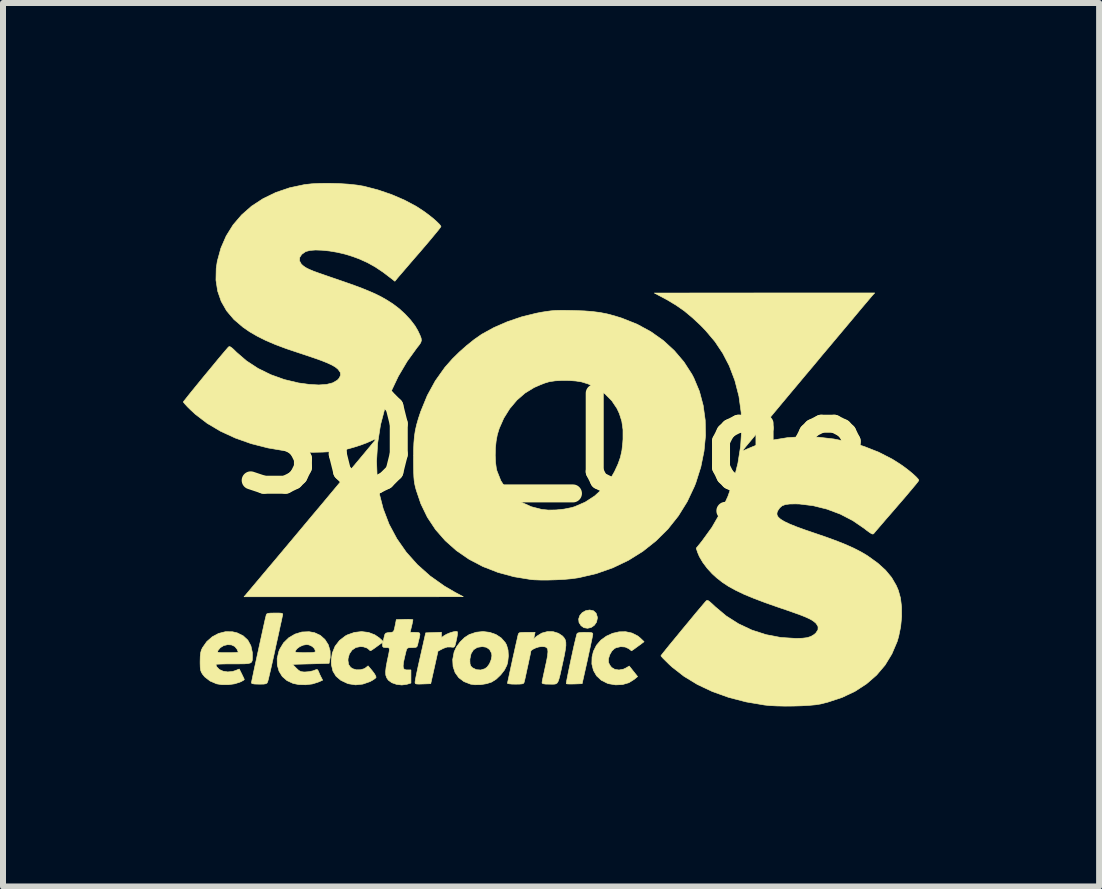
<source format=kicad_pcb>
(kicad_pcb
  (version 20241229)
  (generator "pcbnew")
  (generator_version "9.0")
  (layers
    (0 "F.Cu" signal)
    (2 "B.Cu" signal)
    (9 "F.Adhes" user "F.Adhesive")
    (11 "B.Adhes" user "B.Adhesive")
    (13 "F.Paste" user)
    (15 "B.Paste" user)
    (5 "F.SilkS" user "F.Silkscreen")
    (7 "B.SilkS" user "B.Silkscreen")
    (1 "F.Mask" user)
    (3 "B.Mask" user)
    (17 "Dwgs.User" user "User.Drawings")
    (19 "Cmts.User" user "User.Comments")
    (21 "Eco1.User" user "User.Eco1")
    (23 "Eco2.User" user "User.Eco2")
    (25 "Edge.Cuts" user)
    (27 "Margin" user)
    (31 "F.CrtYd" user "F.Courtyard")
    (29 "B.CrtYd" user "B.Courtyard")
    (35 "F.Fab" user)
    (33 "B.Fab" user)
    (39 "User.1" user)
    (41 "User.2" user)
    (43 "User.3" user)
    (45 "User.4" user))
  (footprint "SOS_logo"
    (layer "F.Cu")
    (at 6.135 4.338)
    (property "Reference" "SOS_logo" (at 0 0 0) (layer "F.SilkS") (effects (font (size 1.524 1.524) (thickness 0.3))))
    (attr through_hole)
    (fp_poly (pts (xy 0.706 2.791) (xy 0.749 2.831) (xy 0.769 2.894) (xy 0.77 2.912) (xy 0.756 2.979) (xy 0.719 3.032) (xy 0.667 3.068) (xy 0.607 3.082) (xy 0.546 3.072) (xy 0.499 3.04) (xy 0.464 2.986) (xy 0.458 2.927) (xy 0.477 2.87) (xy 0.517 2.822) (xy 0.575 2.789) (xy 0.642 2.777) (xy 0.706 2.791)) (stroke (width 0.01) (type solid)) (fill yes) (layer "F.SilkS"))
    (fp_poly (pts (xy 0.632 3.151) (xy 0.671 3.155) (xy 0.689 3.163) (xy 0.694 3.178) (xy 0.694 3.179) (xy 0.69 3.204) (xy 0.68 3.256) (xy 0.664 3.331) (xy 0.644 3.425) (xy 0.621 3.532) (xy 0.605 3.607) (xy 0.516 4.005) (xy 0.388 4.01) (xy 0.326 4.011) (xy 0.278 4.01) (xy 0.253 4.006) (xy 0.252 4.005) (xy 0.253 3.988) (xy 0.261 3.942) (xy 0.274 3.875) (xy 0.291 3.791) (xy 0.311 3.695) (xy 0.332 3.594) (xy 0.354 3.493) (xy 0.375 3.397) (xy 0.395 3.311) (xy 0.412 3.241) (xy 0.424 3.193) (xy 0.429 3.175) (xy 0.443 3.161) (xy 0.476 3.153) (xy 0.534 3.15) (xy 0.567 3.15) (xy 0.632 3.151)) (stroke (width 0.01) (type solid)) (fill yes) (layer "F.SilkS"))
    (fp_poly (pts (xy -1.564 3.138) (xy -1.561 3.159) (xy -1.565 3.203) (xy -1.573 3.247) (xy -1.589 3.32) (xy -1.601 3.366) (xy -1.613 3.39) (xy -1.629 3.398) (xy -1.654 3.397) (xy -1.673 3.394) (xy -1.732 3.394) (xy -1.795 3.416) (xy -1.811 3.424) (xy -1.886 3.463) (xy -1.946 3.734) (xy -2.007 4.005) (xy -2.138 4.01) (xy -2.204 4.012) (xy -2.243 4.01) (xy -2.262 4.004) (xy -2.268 3.99) (xy -2.268 3.976) (xy -2.264 3.949) (xy -2.254 3.894) (xy -2.238 3.816) (xy -2.218 3.721) (xy -2.194 3.614) (xy -2.179 3.548) (xy -2.091 3.158) (xy -1.96 3.153) (xy -1.829 3.148) (xy -1.829 3.237) (xy -1.78 3.202) (xy -1.738 3.179) (xy -1.685 3.157) (xy -1.631 3.141) (xy -1.587 3.134) (xy -1.564 3.138)) (stroke (width 0.01) (type solid)) (fill yes) (layer "F.SilkS"))
    (fp_poly (pts (xy -4.536 2.828) (xy -4.496 2.831) (xy -4.477 2.838) (xy -4.473 2.85) (xy -4.476 2.866) (xy -4.482 2.892) (xy -4.493 2.946) (xy -4.511 3.025) (xy -4.532 3.123) (xy -4.557 3.238) (xy -4.585 3.363) (xy -4.597 3.421) (xy -4.625 3.55) (xy -4.652 3.67) (xy -4.676 3.776) (xy -4.697 3.864) (xy -4.712 3.929) (xy -4.723 3.968) (xy -4.725 3.975) (xy -4.736 3.995) (xy -4.755 4.006) (xy -4.789 4.012) (xy -4.846 4.013) (xy -4.868 4.013) (xy -4.941 4.011) (xy -4.983 4.004) (xy -4.995 3.993) (xy -4.992 3.973) (xy -4.982 3.924) (xy -4.967 3.852) (xy -4.948 3.761) (xy -4.925 3.656) (xy -4.9 3.541) (xy -4.874 3.422) (xy -4.848 3.303) (xy -4.823 3.189) (xy -4.8 3.084) (xy -4.78 2.994) (xy -4.764 2.922) (xy -4.752 2.875) (xy -4.748 2.857) (xy -4.738 2.842) (xy -4.716 2.833) (xy -4.675 2.829) (xy -4.607 2.828) (xy -4.603 2.828) (xy -4.536 2.828)) (stroke (width 0.01) (type solid)) (fill yes) (layer "F.SilkS"))
    (fp_poly (pts (xy 1.348 3.162) (xy 1.444 3.211) (xy 1.484 3.244) (xy 1.548 3.305) (xy 1.507 3.337) (xy 1.465 3.368) (xy 1.415 3.404) (xy 1.402 3.414) (xy 1.339 3.458) (xy 1.294 3.422) (xy 1.233 3.394) (xy 1.159 3.388) (xy 1.085 3.405) (xy 1.056 3.419) (xy 1.011 3.462) (xy 0.976 3.523) (xy 0.955 3.59) (xy 0.955 3.649) (xy 0.955 3.65) (xy 0.976 3.694) (xy 1.007 3.735) (xy 1.061 3.767) (xy 1.13 3.777) (xy 1.202 3.764) (xy 1.247 3.743) (xy 1.301 3.711) (xy 1.37 3.798) (xy 1.44 3.886) (xy 1.384 3.933) (xy 1.295 3.989) (xy 1.188 4.02) (xy 1.073 4.025) (xy 0.955 4.005) (xy 0.935 3.998) (xy 0.834 3.947) (xy 0.756 3.874) (xy 0.704 3.783) (xy 0.678 3.677) (xy 0.681 3.561) (xy 0.704 3.466) (xy 0.755 3.364) (xy 0.829 3.279) (xy 0.92 3.213) (xy 1.023 3.166) (xy 1.132 3.141) (xy 1.242 3.139) (xy 1.348 3.162)) (stroke (width 0.01) (type solid)) (fill yes) (layer "F.SilkS"))
    (fp_poly (pts (xy -1.023 3.15) (xy -0.92 3.186) (xy -0.832 3.244) (xy -0.765 3.321) (xy -0.743 3.361) (xy -0.719 3.445) (xy -0.713 3.544) (xy -0.724 3.645) (xy -0.738 3.697) (xy -0.778 3.777) (xy -0.841 3.858) (xy -0.915 3.929) (xy -0.992 3.978) (xy -0.992 3.978) (xy -1.075 4.005) (xy -1.173 4.021) (xy -1.272 4.023) (xy -1.343 4.013) (xy -1.454 3.97) (xy -1.54 3.905) (xy -1.601 3.82) (xy -1.635 3.718) (xy -1.64 3.622) (xy -1.355 3.622) (xy -1.352 3.677) (xy -1.339 3.712) (xy -1.312 3.74) (xy -1.31 3.741) (xy -1.246 3.772) (xy -1.173 3.777) (xy -1.105 3.756) (xy -1.067 3.728) (xy -1.028 3.675) (xy -1.001 3.609) (xy -0.988 3.544) (xy -0.992 3.5) (xy -1.026 3.436) (xy -1.082 3.398) (xy -1.147 3.387) (xy -1.231 3.4) (xy -1.294 3.44) (xy -1.335 3.505) (xy -1.354 3.594) (xy -1.355 3.622) (xy -1.64 3.622) (xy -1.641 3.603) (xy -1.617 3.476) (xy -1.578 3.392) (xy -1.516 3.308) (xy -1.441 3.235) (xy -1.363 3.185) (xy -1.25 3.148) (xy -1.135 3.136) (xy -1.023 3.15)) (stroke (width 0.01) (type solid)) (fill yes) (layer "F.SilkS"))
    (fp_poly (pts (xy -3.942 3.156) (xy -3.847 3.2) (xy -3.77 3.269) (xy -3.714 3.357) (xy -3.684 3.458) (xy -3.682 3.566) (xy -3.687 3.594) (xy -3.701 3.666) (xy -4.005 3.675) (xy -4.31 3.683) (xy -4.248 3.746) (xy -4.206 3.785) (xy -4.17 3.804) (xy -4.124 3.81) (xy -4.099 3.81) (xy -4.034 3.805) (xy -3.973 3.792) (xy -3.953 3.785) (xy -3.914 3.77) (xy -3.894 3.772) (xy -3.881 3.793) (xy -3.877 3.802) (xy -3.858 3.848) (xy -3.835 3.895) (xy -3.808 3.947) (xy -3.887 3.981) (xy -3.981 4.01) (xy -4.092 4.023) (xy -4.205 4.02) (xy -4.3 4.001) (xy -4.402 3.954) (xy -4.481 3.885) (xy -4.535 3.797) (xy -4.564 3.696) (xy -4.566 3.584) (xy -4.54 3.476) (xy -4.267 3.476) (xy -4.251 3.481) (xy -4.209 3.485) (xy -4.147 3.488) (xy -4.098 3.488) (xy -4.019 3.487) (xy -3.969 3.485) (xy -3.941 3.479) (xy -3.93 3.469) (xy -3.929 3.462) (xy -3.944 3.421) (xy -3.982 3.384) (xy -4.035 3.359) (xy -4.076 3.353) (xy -4.133 3.363) (xy -4.19 3.388) (xy -4.237 3.423) (xy -4.264 3.461) (xy -4.267 3.476) (xy -4.54 3.476) (xy -4.538 3.467) (xy -4.523 3.43) (xy -4.459 3.324) (xy -4.373 3.24) (xy -4.269 3.179) (xy -4.155 3.144) (xy -4.034 3.139) (xy -3.942 3.156)) (stroke (width 0.01) (type solid)) (fill yes) (layer "F.SilkS"))
    (fp_poly (pts (xy -5.311 3.14) (xy -5.233 3.158) (xy -5.132 3.208) (xy -5.055 3.28) (xy -5.004 3.374) (xy -4.98 3.484) (xy -4.979 3.524) (xy -4.979 3.577) (xy -4.981 3.616) (xy -4.991 3.643) (xy -5.013 3.66) (xy -5.05 3.669) (xy -5.109 3.674) (xy -5.192 3.675) (xy -5.294 3.675) (xy -5.389 3.675) (xy -5.472 3.677) (xy -5.536 3.679) (xy -5.576 3.681) (xy -5.588 3.684) (xy -5.581 3.705) (xy -5.571 3.726) (xy -5.53 3.769) (xy -5.467 3.797) (xy -5.391 3.809) (xy -5.31 3.802) (xy -5.257 3.785) (xy -5.198 3.761) (xy -5.156 3.844) (xy -5.133 3.892) (xy -5.117 3.926) (xy -5.114 3.937) (xy -5.128 3.949) (xy -5.164 3.969) (xy -5.191 3.981) (xy -5.278 4.008) (xy -5.381 4.022) (xy -5.485 4.022) (xy -5.574 4.008) (xy -5.684 3.961) (xy -5.773 3.892) (xy -5.81 3.847) (xy -5.83 3.813) (xy -5.842 3.779) (xy -5.848 3.733) (xy -5.85 3.667) (xy -5.85 3.633) (xy -5.848 3.552) (xy -5.842 3.493) (xy -5.836 3.47) (xy -5.561 3.47) (xy -5.556 3.48) (xy -5.537 3.485) (xy -5.496 3.488) (xy -5.428 3.488) (xy -5.394 3.488) (xy -5.321 3.488) (xy -5.262 3.486) (xy -5.225 3.483) (xy -5.215 3.481) (xy -5.222 3.461) (xy -5.234 3.432) (xy -5.272 3.385) (xy -5.327 3.359) (xy -5.392 3.355) (xy -5.457 3.37) (xy -5.515 3.406) (xy -5.555 3.456) (xy -5.561 3.47) (xy -5.836 3.47) (xy -5.83 3.447) (xy -5.812 3.408) (xy -5.74 3.305) (xy -5.648 3.224) (xy -5.543 3.168) (xy -5.429 3.139) (xy -5.311 3.14)) (stroke (width 0.01) (type solid)) (fill yes) (layer "F.SilkS"))
    (fp_poly (pts (xy 0.032 3.138) (xy 0.12 3.165) (xy 0.189 3.211) (xy 0.216 3.242) (xy 0.235 3.275) (xy 0.244 3.316) (xy 0.245 3.37) (xy 0.236 3.441) (xy 0.219 3.536) (xy 0.194 3.651) (xy 0.168 3.77) (xy 0.148 3.859) (xy 0.131 3.924) (xy 0.116 3.967) (xy 0.099 3.994) (xy 0.078 4.008) (xy 0.051 4.013) (xy 0.015 4.014) (xy -0.025 4.013) (xy -0.093 4.012) (xy -0.133 4.006) (xy -0.151 3.996) (xy -0.152 3.99) (xy -0.149 3.965) (xy -0.139 3.914) (xy -0.124 3.844) (xy -0.106 3.762) (xy -0.102 3.742) (xy -0.076 3.625) (xy -0.06 3.537) (xy -0.054 3.473) (xy -0.058 3.431) (xy -0.074 3.405) (xy -0.102 3.391) (xy -0.143 3.387) (xy -0.16 3.387) (xy -0.206 3.393) (xy -0.257 3.409) (xy -0.303 3.431) (xy -0.333 3.452) (xy -0.339 3.464) (xy -0.342 3.484) (xy -0.351 3.529) (xy -0.365 3.594) (xy -0.381 3.67) (xy -0.399 3.751) (xy -0.416 3.83) (xy -0.431 3.9) (xy -0.443 3.953) (xy -0.451 3.982) (xy -0.451 3.984) (xy -0.46 3.999) (xy -0.482 4.008) (xy -0.524 4.012) (xy -0.592 4.013) (xy -0.594 4.013) (xy -0.656 4.012) (xy -0.703 4.007) (xy -0.727 4.001) (xy -0.728 3.999) (xy -0.725 3.98) (xy -0.715 3.934) (xy -0.7 3.865) (xy -0.682 3.78) (xy -0.661 3.684) (xy -0.639 3.582) (xy -0.616 3.48) (xy -0.595 3.384) (xy -0.575 3.298) (xy -0.56 3.228) (xy -0.55 3.188) (xy -0.543 3.169) (xy -0.529 3.157) (xy -0.499 3.152) (xy -0.447 3.15) (xy -0.405 3.15) (xy -0.268 3.15) (xy -0.28 3.204) (xy -0.292 3.258) (xy -0.239 3.213) (xy -0.156 3.162) (xy -0.063 3.137) (xy 0.032 3.138)) (stroke (width 0.01) (type solid)) (fill yes) (layer "F.SilkS"))
    (fp_poly (pts (xy -2.33 2.935) (xy -2.305 2.939) (xy -2.304 2.941) (xy -2.308 2.964) (xy -2.317 3.009) (xy -2.327 3.052) (xy -2.351 3.15) (xy -2.268 3.15) (xy -2.217 3.152) (xy -2.192 3.162) (xy -2.187 3.189) (xy -2.197 3.24) (xy -2.2 3.251) (xy -2.214 3.307) (xy -2.225 3.357) (xy -2.225 3.357) (xy -2.235 3.385) (xy -2.252 3.399) (xy -2.289 3.403) (xy -2.32 3.404) (xy -2.37 3.405) (xy -2.396 3.413) (xy -2.41 3.435) (xy -2.419 3.467) (xy -2.445 3.575) (xy -2.462 3.655) (xy -2.467 3.711) (xy -2.462 3.747) (xy -2.446 3.767) (xy -2.419 3.775) (xy -2.395 3.776) (xy -2.337 3.776) (xy -2.337 3.995) (xy -2.406 4.016) (xy -2.489 4.027) (xy -2.576 4.017) (xy -2.656 3.989) (xy -2.714 3.946) (xy -2.74 3.908) (xy -2.756 3.863) (xy -2.759 3.805) (xy -2.751 3.729) (xy -2.732 3.627) (xy -2.726 3.599) (xy -2.708 3.516) (xy -2.698 3.461) (xy -2.696 3.427) (xy -2.704 3.41) (xy -2.721 3.404) (xy -2.75 3.404) (xy -2.752 3.404) (xy -2.792 3.4) (xy -2.808 3.386) (xy -2.811 3.36) (xy -2.811 3.317) (xy -2.888 3.373) (xy -2.947 3.416) (xy -2.985 3.442) (xy -3.006 3.454) (xy -3.018 3.454) (xy -3.026 3.446) (xy -3.027 3.444) (xy -3.066 3.412) (xy -3.128 3.391) (xy -3.18 3.387) (xy -3.255 3.402) (xy -3.318 3.445) (xy -3.363 3.509) (xy -3.385 3.589) (xy -3.386 3.619) (xy -3.376 3.686) (xy -3.342 3.733) (xy -3.307 3.756) (xy -3.246 3.774) (xy -3.177 3.773) (xy -3.114 3.755) (xy -3.094 3.742) (xy -3.051 3.708) (xy -2.98 3.793) (xy -2.945 3.84) (xy -2.923 3.879) (xy -2.918 3.901) (xy -2.937 3.921) (xy -2.978 3.948) (xy -3.02 3.971) (xy -3.139 4.012) (xy -3.26 4.025) (xy -3.375 4.007) (xy -3.395 4.001) (xy -3.505 3.949) (xy -3.585 3.881) (xy -3.637 3.796) (xy -3.662 3.69) (xy -3.665 3.624) (xy -3.648 3.496) (xy -3.601 3.381) (xy -3.527 3.285) (xy -3.428 3.209) (xy -3.396 3.192) (xy -3.28 3.151) (xy -3.16 3.137) (xy -3.044 3.151) (xy -2.939 3.191) (xy -2.863 3.243) (xy -2.799 3.302) (xy -2.784 3.23) (xy -2.772 3.185) (xy -2.755 3.163) (xy -2.722 3.155) (xy -2.697 3.153) (xy -2.661 3.15) (xy -2.637 3.142) (xy -2.622 3.123) (xy -2.611 3.087) (xy -2.598 3.025) (xy -2.594 3.006) (xy -2.581 2.938) (xy -2.442 2.933) (xy -2.378 2.932) (xy -2.33 2.935)) (stroke (width 0.01) (type solid)) (fill yes) (layer "F.SilkS"))
    (fp_poly (pts (xy 0.354 -2.214) (xy 0.389 -2.213) (xy 0.553 -2.207) (xy 0.692 -2.196) (xy 0.816 -2.18) (xy 0.933 -2.157) (xy 1.053 -2.125) (xy 1.185 -2.084) (xy 1.186 -2.083) (xy 1.432 -1.985) (xy 1.66 -1.861) (xy 1.868 -1.714) (xy 2.052 -1.545) (xy 2.212 -1.357) (xy 2.345 -1.151) (xy 2.377 -1.09) (xy 2.47 -0.868) (xy 2.533 -0.632) (xy 2.567 -0.386) (xy 2.572 -0.13) (xy 2.547 0.13) (xy 2.494 0.393) (xy 2.411 0.656) (xy 2.388 0.715) (xy 2.267 0.972) (xy 2.119 1.21) (xy 1.945 1.429) (xy 1.747 1.625) (xy 1.528 1.799) (xy 1.288 1.949) (xy 1.029 2.073) (xy 0.754 2.17) (xy 0.464 2.238) (xy 0.44 2.242) (xy 0.34 2.256) (xy 0.218 2.267) (xy 0.085 2.274) (xy -0.05 2.278) (xy -0.176 2.278) (xy -0.285 2.274) (xy -0.333 2.27) (xy -0.62 2.223) (xy -0.889 2.15) (xy -1.14 2.052) (xy -1.37 1.931) (xy -1.579 1.787) (xy -1.765 1.622) (xy -1.927 1.437) (xy -2.063 1.232) (xy -2.171 1.009) (xy -2.248 0.782) (xy -2.264 0.724) (xy -2.275 0.672) (xy -2.283 0.62) (xy -2.288 0.562) (xy -2.291 0.49) (xy -2.293 0.399) (xy -2.294 0.281) (xy -2.294 0.271) (xy -2.293 0.201) (xy -0.932 0.201) (xy -0.927 0.317) (xy -0.914 0.417) (xy -0.904 0.458) (xy -0.839 0.622) (xy -0.748 0.765) (xy -0.632 0.886) (xy -0.493 0.983) (xy -0.332 1.056) (xy -0.158 1.101) (xy -0.047 1.112) (xy 0.082 1.11) (xy 0.215 1.096) (xy 0.339 1.071) (xy 0.39 1.056) (xy 0.566 0.98) (xy 0.726 0.876) (xy 0.867 0.745) (xy 0.987 0.591) (xy 1.057 0.469) (xy 1.114 0.345) (xy 1.154 0.232) (xy 1.179 0.118) (xy 1.193 -0.012) (xy 1.197 -0.068) (xy 1.197 -0.228) (xy 1.177 -0.368) (xy 1.136 -0.497) (xy 1.096 -0.582) (xy 1.01 -0.71) (xy 0.898 -0.823) (xy 0.765 -0.918) (xy 0.618 -0.989) (xy 0.506 -1.024) (xy 0.412 -1.039) (xy 0.3 -1.047) (xy 0.181 -1.048) (xy 0.068 -1.042) (xy -0.026 -1.028) (xy -0.043 -1.024) (xy -0.106 -1.005) (xy -0.184 -0.974) (xy -0.265 -0.939) (xy -0.288 -0.928) (xy -0.435 -0.838) (xy -0.571 -0.72) (xy -0.69 -0.579) (xy -0.79 -0.419) (xy -0.866 -0.247) (xy -0.898 -0.142) (xy -0.917 -0.039) (xy -0.929 0.078) (xy -0.932 0.201) (xy -2.293 0.201) (xy -2.293 0.119) (xy -2.288 -0.006) (xy -2.279 -0.115) (xy -2.264 -0.214) (xy -2.242 -0.311) (xy -2.212 -0.415) (xy -2.173 -0.532) (xy -2.064 -0.798) (xy -1.931 -1.041) (xy -1.772 -1.265) (xy -1.645 -1.409) (xy -1.532 -1.52) (xy -1.408 -1.63) (xy -1.283 -1.73) (xy -1.167 -1.811) (xy -1.155 -1.819) (xy -0.955 -1.929) (xy -0.732 -2.026) (xy -0.495 -2.107) (xy -0.253 -2.167) (xy -0.161 -2.185) (xy -0.077 -2.198) (xy -0.003 -2.208) (xy 0.068 -2.214) (xy 0.146 -2.216) (xy 0.239 -2.216) (xy 0.354 -2.214)) (stroke (width 0.01) (type solid)) (fill yes) (layer "F.SilkS"))
    (fp_poly (pts (xy 5.356 -2.468) (xy 5.337 -2.446) (xy 5.299 -2.401) (xy 5.243 -2.335) (xy 5.171 -2.25) (xy 5.086 -2.148) (xy 4.988 -2.031) (xy 4.88 -1.902) (xy 4.763 -1.763) (xy 4.639 -1.615) (xy 4.51 -1.462) (xy 4.379 -1.304) (xy 4.245 -1.145) (xy 4.113 -0.987) (xy 3.982 -0.831) (xy 3.855 -0.679) (xy 3.735 -0.535) (xy 3.622 -0.399) (xy 3.518 -0.275) (xy 3.425 -0.164) (xy 3.346 -0.069) (xy 3.281 0.009) (xy 3.233 0.067) (xy 3.203 0.104) (xy 3.194 0.115) (xy 3.2 0.121) (xy 3.229 0.111) (xy 3.267 0.094) (xy 3.474 0.007) (xy 3.7 -0.056) (xy 3.94 -0.095) (xy 4.192 -0.111) (xy 4.449 -0.103) (xy 4.709 -0.073) (xy 4.967 -0.021) (xy 5.218 0.053) (xy 5.459 0.148) (xy 5.685 0.264) (xy 5.818 0.348) (xy 5.898 0.405) (xy 5.973 0.463) (xy 6.038 0.518) (xy 6.088 0.565) (xy 6.119 0.6) (xy 6.126 0.619) (xy 6.114 0.636) (xy 6.083 0.676) (xy 6.034 0.735) (xy 5.971 0.81) (xy 5.897 0.898) (xy 5.813 0.995) (xy 5.757 1.06) (xy 5.669 1.162) (xy 5.587 1.256) (xy 5.515 1.34) (xy 5.455 1.41) (xy 5.409 1.463) (xy 5.382 1.496) (xy 5.375 1.504) (xy 5.362 1.512) (xy 5.341 1.507) (xy 5.307 1.486) (xy 5.255 1.448) (xy 5.217 1.418) (xy 5.027 1.288) (xy 4.817 1.179) (xy 4.595 1.096) (xy 4.366 1.039) (xy 4.139 1.011) (xy 4.07 1.009) (xy 3.971 1.011) (xy 3.9 1.021) (xy 3.848 1.041) (xy 3.809 1.075) (xy 3.776 1.123) (xy 3.762 1.16) (xy 3.764 1.195) (xy 3.784 1.23) (xy 3.825 1.266) (xy 3.888 1.304) (xy 3.975 1.345) (xy 4.089 1.391) (xy 4.232 1.443) (xy 4.393 1.498) (xy 4.597 1.568) (xy 4.773 1.633) (xy 4.924 1.694) (xy 5.054 1.753) (xy 5.168 1.812) (xy 5.269 1.872) (xy 5.286 1.884) (xy 5.444 1.998) (xy 5.572 2.114) (xy 5.673 2.236) (xy 5.75 2.368) (xy 5.785 2.449) (xy 5.821 2.578) (xy 5.839 2.727) (xy 5.84 2.889) (xy 5.824 3.055) (xy 5.791 3.217) (xy 5.766 3.303) (xy 5.678 3.509) (xy 5.564 3.696) (xy 5.422 3.863) (xy 5.255 4.008) (xy 5.063 4.133) (xy 4.847 4.235) (xy 4.607 4.314) (xy 4.487 4.344) (xy 4.405 4.357) (xy 4.296 4.367) (xy 4.17 4.374) (xy 4.033 4.378) (xy 3.894 4.379) (xy 3.761 4.376) (xy 3.641 4.37) (xy 3.556 4.361) (xy 3.249 4.309) (xy 2.959 4.234) (xy 2.688 4.137) (xy 2.439 4.02) (xy 2.214 3.883) (xy 2.015 3.728) (xy 1.965 3.682) (xy 1.91 3.628) (xy 1.866 3.584) (xy 1.837 3.552) (xy 1.829 3.54) (xy 1.839 3.526) (xy 1.868 3.489) (xy 1.913 3.433) (xy 1.97 3.362) (xy 2.038 3.28) (xy 2.112 3.19) (xy 2.189 3.096) (xy 2.268 3.001) (xy 2.344 2.909) (xy 2.414 2.824) (xy 2.477 2.75) (xy 2.528 2.689) (xy 2.565 2.646) (xy 2.583 2.626) (xy 2.597 2.617) (xy 2.616 2.621) (xy 2.644 2.641) (xy 2.688 2.68) (xy 2.73 2.72) (xy 2.916 2.876) (xy 3.122 3.007) (xy 3.345 3.112) (xy 3.581 3.188) (xy 3.826 3.235) (xy 4.075 3.251) (xy 4.184 3.248) (xy 4.267 3.238) (xy 4.33 3.217) (xy 4.382 3.186) (xy 4.411 3.16) (xy 4.446 3.107) (xy 4.448 3.055) (xy 4.416 3.002) (xy 4.407 2.994) (xy 4.378 2.969) (xy 4.344 2.946) (xy 4.3 2.922) (xy 4.243 2.896) (xy 4.169 2.866) (xy 4.075 2.832) (xy 3.957 2.79) (xy 3.81 2.74) (xy 3.789 2.733) (xy 3.57 2.656) (xy 3.382 2.585) (xy 3.219 2.518) (xy 3.079 2.451) (xy 2.958 2.385) (xy 2.853 2.316) (xy 2.76 2.243) (xy 2.684 2.174) (xy 2.6 2.082) (xy 2.526 1.983) (xy 2.469 1.886) (xy 2.44 1.817) (xy 2.417 1.748) (xy 2.511 1.632) (xy 2.679 1.4) (xy 2.823 1.15) (xy 2.944 0.887) (xy 3.041 0.612) (xy 3.112 0.331) (xy 3.157 0.047) (xy 3.175 -0.236) (xy 3.166 -0.515) (xy 3.129 -0.785) (xy 3.062 -1.044) (xy 3.056 -1.061) (xy 2.968 -1.292) (xy 2.86 -1.5) (xy 2.731 -1.694) (xy 2.574 -1.88) (xy 2.492 -1.965) (xy 2.351 -2.096) (xy 2.218 -2.207) (xy 2.08 -2.303) (xy 1.928 -2.394) (xy 1.874 -2.423) (xy 1.719 -2.505) (xy 3.555 -2.506) (xy 5.391 -2.506) (xy 5.356 -2.468)) (stroke (width 0.01) (type solid)) (fill yes) (layer "F.SilkS"))
    (fp_poly (pts (xy -3.534 -4.329) (xy -3.379 -4.319) (xy -3.238 -4.304) (xy -3.124 -4.285) (xy -2.889 -4.224) (xy -2.66 -4.146) (xy -2.444 -4.053) (xy -2.248 -3.949) (xy -2.12 -3.865) (xy -2.036 -3.803) (xy -1.961 -3.743) (xy -1.901 -3.689) (xy -1.858 -3.646) (xy -1.838 -3.618) (xy -1.837 -3.613) (xy -1.848 -3.596) (xy -1.878 -3.556) (xy -1.926 -3.498) (xy -1.987 -3.424) (xy -2.06 -3.337) (xy -2.143 -3.24) (xy -2.188 -3.187) (xy -2.276 -3.086) (xy -2.358 -2.991) (xy -2.43 -2.907) (xy -2.491 -2.836) (xy -2.538 -2.782) (xy -2.566 -2.749) (xy -2.572 -2.741) (xy -2.605 -2.701) (xy -2.653 -2.739) (xy -2.798 -2.85) (xy -2.931 -2.939) (xy -3.062 -3.012) (xy -3.2 -3.074) (xy -3.305 -3.113) (xy -3.431 -3.152) (xy -3.562 -3.183) (xy -3.692 -3.205) (xy -3.816 -3.218) (xy -3.927 -3.222) (xy -4.019 -3.215) (xy -4.087 -3.197) (xy -4.094 -3.194) (xy -4.157 -3.149) (xy -4.191 -3.097) (xy -4.194 -3.042) (xy -4.165 -2.989) (xy -4.153 -2.977) (xy -4.128 -2.955) (xy -4.1 -2.935) (xy -4.065 -2.915) (xy -4.02 -2.894) (xy -3.96 -2.869) (xy -3.88 -2.84) (xy -3.777 -2.804) (xy -3.647 -2.759) (xy -3.629 -2.753) (xy -3.44 -2.688) (xy -3.279 -2.631) (xy -3.143 -2.58) (xy -3.026 -2.532) (xy -2.924 -2.487) (xy -2.834 -2.442) (xy -2.751 -2.395) (xy -2.671 -2.345) (xy -2.633 -2.32) (xy -2.532 -2.243) (xy -2.433 -2.152) (xy -2.343 -2.055) (xy -2.269 -1.958) (xy -2.222 -1.878) (xy -2.187 -1.804) (xy -2.167 -1.752) (xy -2.163 -1.713) (xy -2.174 -1.677) (xy -2.202 -1.636) (xy -2.238 -1.591) (xy -2.401 -1.365) (xy -2.547 -1.118) (xy -2.671 -0.857) (xy -2.77 -0.59) (xy -2.84 -0.324) (xy -2.844 -0.308) (xy -2.892 -0.001) (xy -2.91 0.298) (xy -2.899 0.586) (xy -2.858 0.863) (xy -2.799 1.091) (xy -2.701 1.348) (xy -2.572 1.589) (xy -2.415 1.814) (xy -2.23 2.021) (xy -2.018 2.21) (xy -1.781 2.378) (xy -1.603 2.482) (xy -1.465 2.556) (xy -3.291 2.557) (xy -5.118 2.557) (xy -5.043 2.468) (xy -4.984 2.398) (xy -4.91 2.31) (xy -4.822 2.205) (xy -4.722 2.086) (xy -4.611 1.955) (xy -4.493 1.814) (xy -4.368 1.665) (xy -4.238 1.51) (xy -4.106 1.352) (xy -3.972 1.192) (xy -3.838 1.033) (xy -3.707 0.876) (xy -3.581 0.725) (xy -3.46 0.58) (xy -3.347 0.445) (xy -3.243 0.321) (xy -3.151 0.211) (xy -3.072 0.116) (xy -3.008 0.039) (xy -2.961 -0.018) (xy -2.932 -0.054) (xy -2.923 -0.065) (xy -2.928 -0.07) (xy -2.957 -0.061) (xy -2.991 -0.046) (xy -3.073 -0.009) (xy -3.178 0.03) (xy -3.294 0.067) (xy -3.41 0.099) (xy -3.463 0.112) (xy -3.555 0.127) (xy -3.673 0.139) (xy -3.81 0.146) (xy -3.956 0.149) (xy -4.105 0.148) (xy -4.248 0.143) (xy -4.378 0.132) (xy -4.421 0.127) (xy -4.718 0.077) (xy -5 0.005) (xy -5.265 -0.089) (xy -5.51 -0.202) (xy -5.733 -0.334) (xy -5.929 -0.484) (xy -6.008 -0.557) (xy -6.06 -0.608) (xy -6.1 -0.652) (xy -6.125 -0.681) (xy -6.13 -0.69) (xy -6.12 -0.705) (xy -6.09 -0.742) (xy -6.046 -0.798) (xy -5.988 -0.87) (xy -5.921 -0.952) (xy -5.847 -1.043) (xy -5.77 -1.137) (xy -5.691 -1.232) (xy -5.615 -1.324) (xy -5.545 -1.409) (xy -5.482 -1.484) (xy -5.431 -1.544) (xy -5.394 -1.587) (xy -5.377 -1.606) (xy -5.363 -1.613) (xy -5.342 -1.606) (xy -5.31 -1.582) (xy -5.262 -1.536) (xy -5.243 -1.517) (xy -5.077 -1.374) (xy -4.886 -1.249) (xy -4.675 -1.145) (xy -4.447 -1.063) (xy -4.208 -1.006) (xy -4.031 -0.982) (xy -3.873 -0.973) (xy -3.742 -0.982) (xy -3.638 -1.009) (xy -3.563 -1.053) (xy -3.532 -1.087) (xy -3.509 -1.136) (xy -3.514 -1.182) (xy -3.549 -1.231) (xy -3.564 -1.245) (xy -3.602 -1.275) (xy -3.657 -1.306) (xy -3.732 -1.341) (xy -3.83 -1.38) (xy -3.954 -1.424) (xy -4.105 -1.475) (xy -4.202 -1.507) (xy -4.414 -1.578) (xy -4.598 -1.647) (xy -4.757 -1.715) (xy -4.897 -1.785) (xy -5.023 -1.858) (xy -5.135 -1.935) (xy -5.287 -2.065) (xy -5.409 -2.209) (xy -5.499 -2.367) (xy -5.558 -2.538) (xy -5.586 -2.72) (xy -5.582 -2.913) (xy -5.564 -3.034) (xy -5.504 -3.253) (xy -5.416 -3.455) (xy -5.301 -3.64) (xy -5.159 -3.806) (xy -4.992 -3.953) (xy -4.802 -4.077) (xy -4.59 -4.18) (xy -4.358 -4.259) (xy -4.109 -4.312) (xy -3.991 -4.325) (xy -3.85 -4.332) (xy -3.694 -4.333) (xy -3.534 -4.329)) (stroke (width 0.01) (type solid)) (fill yes) (layer "F.SilkS")))
  (gr_rect
    (start -3 -3)
    (end 15.266 11.722)
    (stroke (width 0.1) (type default))
    (fill no)
    (layer "Edge.Cuts")))
</source>
